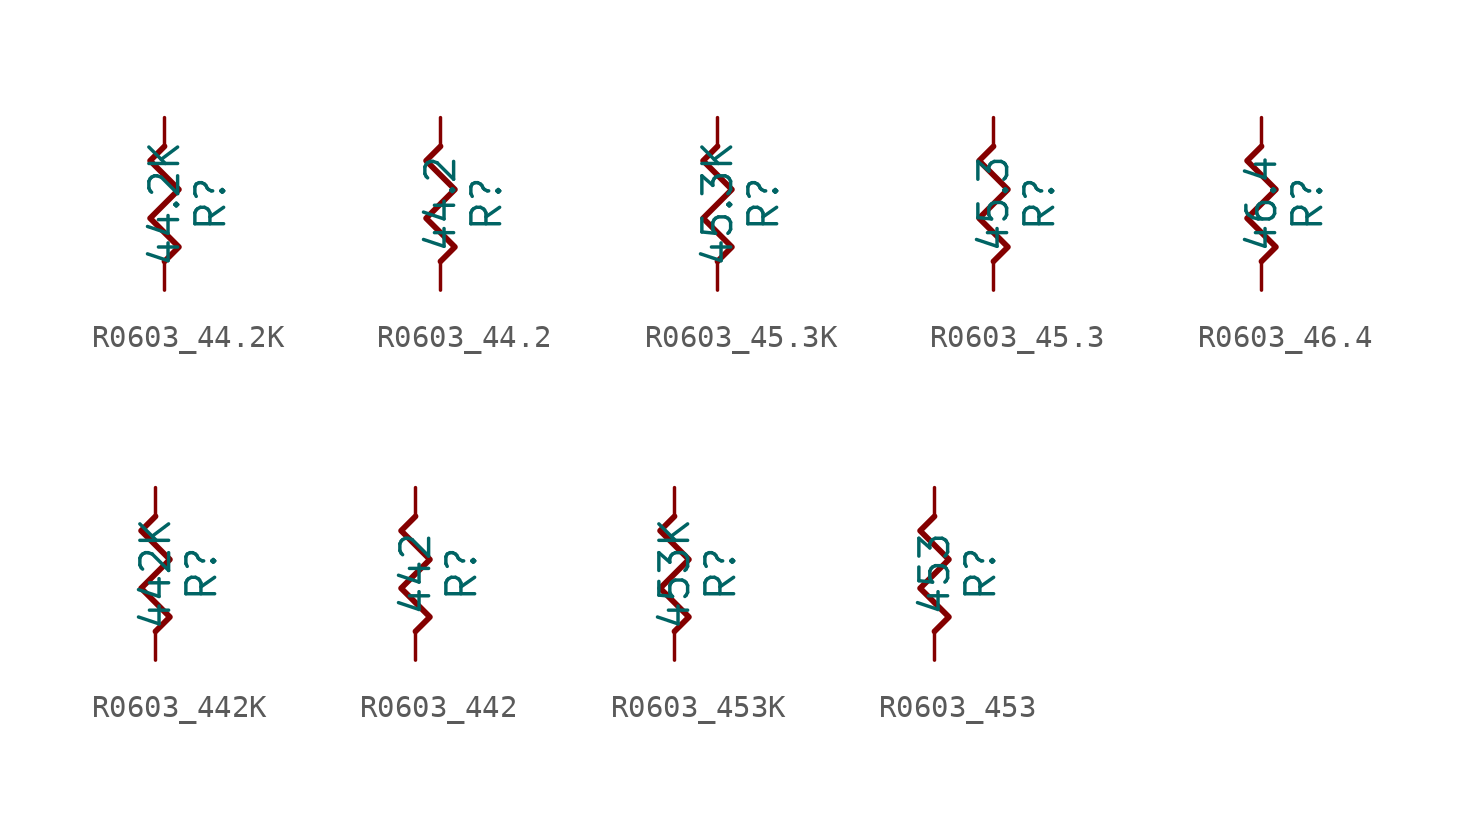
<source format=kicad_sym>
(kicad_symbol_lib
  (version 20211014)
  (generator atlantix-eda)
  (symbol "R0603_44.2K"
    (pin_numbers hide)
    (pin_names
      (offset 0))
    (property "Reference" "R"
      (at 2.032 0 90)
      (effects (font (size 1.27 1.27))))
    (property "Value" "44.2K"
      (at 0 0 90)
      (effects (font (size 1.27 1.27))))
    (symbol "R0603_44.2K_0_1"
      (polyline (pts (xy 0 -2.54) (xy 0.635 -1.905) (xy -0.635 -0.635) (xy 0.635 0.635) (xy -0.635 1.905) (xy 0 2.54)) (stroke (width 0.254) (type default) (color 0 0 0 0)) (fill (type none))))
    (symbol "R0603_44.2K_1_1"
      (pin passive line (at 0 3.81 270) (length 1.27) (name "~" (effects (font (size 1.27 1.27)))) (number "1" (effects (font (size 1.27 1.27)))))
      (pin passive line (at 0 -3.81 90) (length 1.27) (name "~" (effects (font (size 1.27 1.27)))) (number "2" (effects (font (size 1.27 1.27)))))))
  (symbol "R0603_44.2"
    (pin_numbers hide)
    (pin_names
      (offset 0))
    (property "Reference" "R"
      (at 2.032 0 90)
      (effects (font (size 1.27 1.27))))
    (property "Value" "44.2"
      (at 0 0 90)
      (effects (font (size 1.27 1.27))))
    (symbol "R0603_44.2_0_1"
      (polyline (pts (xy 0 -2.54) (xy 0.635 -1.905) (xy -0.635 -0.635) (xy 0.635 0.635) (xy -0.635 1.905) (xy 0 2.54)) (stroke (width 0.254) (type default) (color 0 0 0 0)) (fill (type none))))
    (symbol "R0603_44.2_1_1"
      (pin passive line (at 0 3.81 270) (length 1.27) (name "~" (effects (font (size 1.27 1.27)))) (number "1" (effects (font (size 1.27 1.27)))))
      (pin passive line (at 0 -3.81 90) (length 1.27) (name "~" (effects (font (size 1.27 1.27)))) (number "2" (effects (font (size 1.27 1.27)))))))
  (symbol "R0603_45.3K"
    (pin_numbers hide)
    (pin_names
      (offset 0))
    (property "Reference" "R"
      (at 2.032 0 90)
      (effects (font (size 1.27 1.27))))
    (property "Value" "45.3K"
      (at 0 0 90)
      (effects (font (size 1.27 1.27))))
    (symbol "R0603_45.3K_0_1"
      (polyline (pts (xy 0 -2.54) (xy 0.635 -1.905) (xy -0.635 -0.635) (xy 0.635 0.635) (xy -0.635 1.905) (xy 0 2.54)) (stroke (width 0.254) (type default) (color 0 0 0 0)) (fill (type none))))
    (symbol "R0603_45.3K_1_1"
      (pin passive line (at 0 3.81 270) (length 1.27) (name "~" (effects (font (size 1.27 1.27)))) (number "1" (effects (font (size 1.27 1.27)))))
      (pin passive line (at 0 -3.81 90) (length 1.27) (name "~" (effects (font (size 1.27 1.27)))) (number "2" (effects (font (size 1.27 1.27)))))))
  (symbol "R0603_45.3"
    (pin_numbers hide)
    (pin_names
      (offset 0))
    (property "Reference" "R"
      (at 2.032 0 90)
      (effects (font (size 1.27 1.27))))
    (property "Value" "45.3"
      (at 0 0 90)
      (effects (font (size 1.27 1.27))))
    (symbol "R0603_45.3_0_1"
      (polyline (pts (xy 0 -2.54) (xy 0.635 -1.905) (xy -0.635 -0.635) (xy 0.635 0.635) (xy -0.635 1.905) (xy 0 2.54)) (stroke (width 0.254) (type default) (color 0 0 0 0)) (fill (type none))))
    (symbol "R0603_45.3_1_1"
      (pin passive line (at 0 3.81 270) (length 1.27) (name "~" (effects (font (size 1.27 1.27)))) (number "1" (effects (font (size 1.27 1.27)))))
      (pin passive line (at 0 -3.81 90) (length 1.27) (name "~" (effects (font (size 1.27 1.27)))) (number "2" (effects (font (size 1.27 1.27)))))))
  (symbol "R0603_46.4"
    (pin_numbers hide)
    (pin_names
      (offset 0))
    (property "Reference" "R"
      (at 2.032 0 90)
      (effects (font (size 1.27 1.27))))
    (property "Value" "46.4"
      (at 0 0 90)
      (effects (font (size 1.27 1.27))))
    (symbol "R0603_46.4_0_1"
      (polyline (pts (xy 0 -2.54) (xy 0.635 -1.905) (xy -0.635 -0.635) (xy 0.635 0.635) (xy -0.635 1.905) (xy 0 2.54)) (stroke (width 0.254) (type default) (color 0 0 0 0)) (fill (type none))))
    (symbol "R0603_46.4_1_1"
      (pin passive line (at 0 3.81 270) (length 1.27) (name "~" (effects (font (size 1.27 1.27)))) (number "1" (effects (font (size 1.27 1.27)))))
      (pin passive line (at 0 -3.81 90) (length 1.27) (name "~" (effects (font (size 1.27 1.27)))) (number "2" (effects (font (size 1.27 1.27)))))))
  (symbol "R0603_442K"
    (pin_numbers hide)
    (pin_names
      (offset 0))
    (property "Reference" "R"
      (at 2.032 0 90)
      (effects (font (size 1.27 1.27))))
    (property "Value" "442K"
      (at 0 0 90)
      (effects (font (size 1.27 1.27))))
    (symbol "R0603_442K_0_1"
      (polyline (pts (xy 0 -2.54) (xy 0.635 -1.905) (xy -0.635 -0.635) (xy 0.635 0.635) (xy -0.635 1.905) (xy 0 2.54)) (stroke (width 0.254) (type default) (color 0 0 0 0)) (fill (type none))))
    (symbol "R0603_442K_1_1"
      (pin passive line (at 0 3.81 270) (length 1.27) (name "~" (effects (font (size 1.27 1.27)))) (number "1" (effects (font (size 1.27 1.27)))))
      (pin passive line (at 0 -3.81 90) (length 1.27) (name "~" (effects (font (size 1.27 1.27)))) (number "2" (effects (font (size 1.27 1.27)))))))
  (symbol "R0603_442"
    (pin_numbers hide)
    (pin_names
      (offset 0))
    (property "Reference" "R"
      (at 2.032 0 90)
      (effects (font (size 1.27 1.27))))
    (property "Value" "442"
      (at 0 0 90)
      (effects (font (size 1.27 1.27))))
    (symbol "R0603_442_0_1"
      (polyline (pts (xy 0 -2.54) (xy 0.635 -1.905) (xy -0.635 -0.635) (xy 0.635 0.635) (xy -0.635 1.905) (xy 0 2.54)) (stroke (width 0.254) (type default) (color 0 0 0 0)) (fill (type none))))
    (symbol "R0603_442_1_1"
      (pin passive line (at 0 3.81 270) (length 1.27) (name "~" (effects (font (size 1.27 1.27)))) (number "1" (effects (font (size 1.27 1.27)))))
      (pin passive line (at 0 -3.81 90) (length 1.27) (name "~" (effects (font (size 1.27 1.27)))) (number "2" (effects (font (size 1.27 1.27)))))))
  (symbol "R0603_453K"
    (pin_numbers hide)
    (pin_names
      (offset 0))
    (property "Reference" "R"
      (at 2.032 0 90)
      (effects (font (size 1.27 1.27))))
    (property "Value" "453K"
      (at 0 0 90)
      (effects (font (size 1.27 1.27))))
    (symbol "R0603_453K_0_1"
      (polyline (pts (xy 0 -2.54) (xy 0.635 -1.905) (xy -0.635 -0.635) (xy 0.635 0.635) (xy -0.635 1.905) (xy 0 2.54)) (stroke (width 0.254) (type default) (color 0 0 0 0)) (fill (type none))))
    (symbol "R0603_453K_1_1"
      (pin passive line (at 0 3.81 270) (length 1.27) (name "~" (effects (font (size 1.27 1.27)))) (number "1" (effects (font (size 1.27 1.27)))))
      (pin passive line (at 0 -3.81 90) (length 1.27) (name "~" (effects (font (size 1.27 1.27)))) (number "2" (effects (font (size 1.27 1.27)))))))
  (symbol "R0603_453"
    (pin_numbers hide)
    (pin_names
      (offset 0))
    (property "Reference" "R"
      (at 2.032 0 90)
      (effects (font (size 1.27 1.27))))
    (property "Value" "453"
      (at 0 0 90)
      (effects (font (size 1.27 1.27))))
    (symbol "R0603_453_0_1"
      (polyline (pts (xy 0 -2.54) (xy 0.635 -1.905) (xy -0.635 -0.635) (xy 0.635 0.635) (xy -0.635 1.905) (xy 0 2.54)) (stroke (width 0.254) (type default) (color 0 0 0 0)) (fill (type none))))
    (symbol "R0603_453_1_1"
      (pin passive line (at 0 3.81 270) (length 1.27) (name "~" (effects (font (size 1.27 1.27)))) (number "1" (effects (font (size 1.27 1.27)))))
      (pin passive line (at 0 -3.81 90) (length 1.27) (name "~" (effects (font (size 1.27 1.27)))) (number "2" (effects (font (size 1.27 1.27))))))))
</source>
